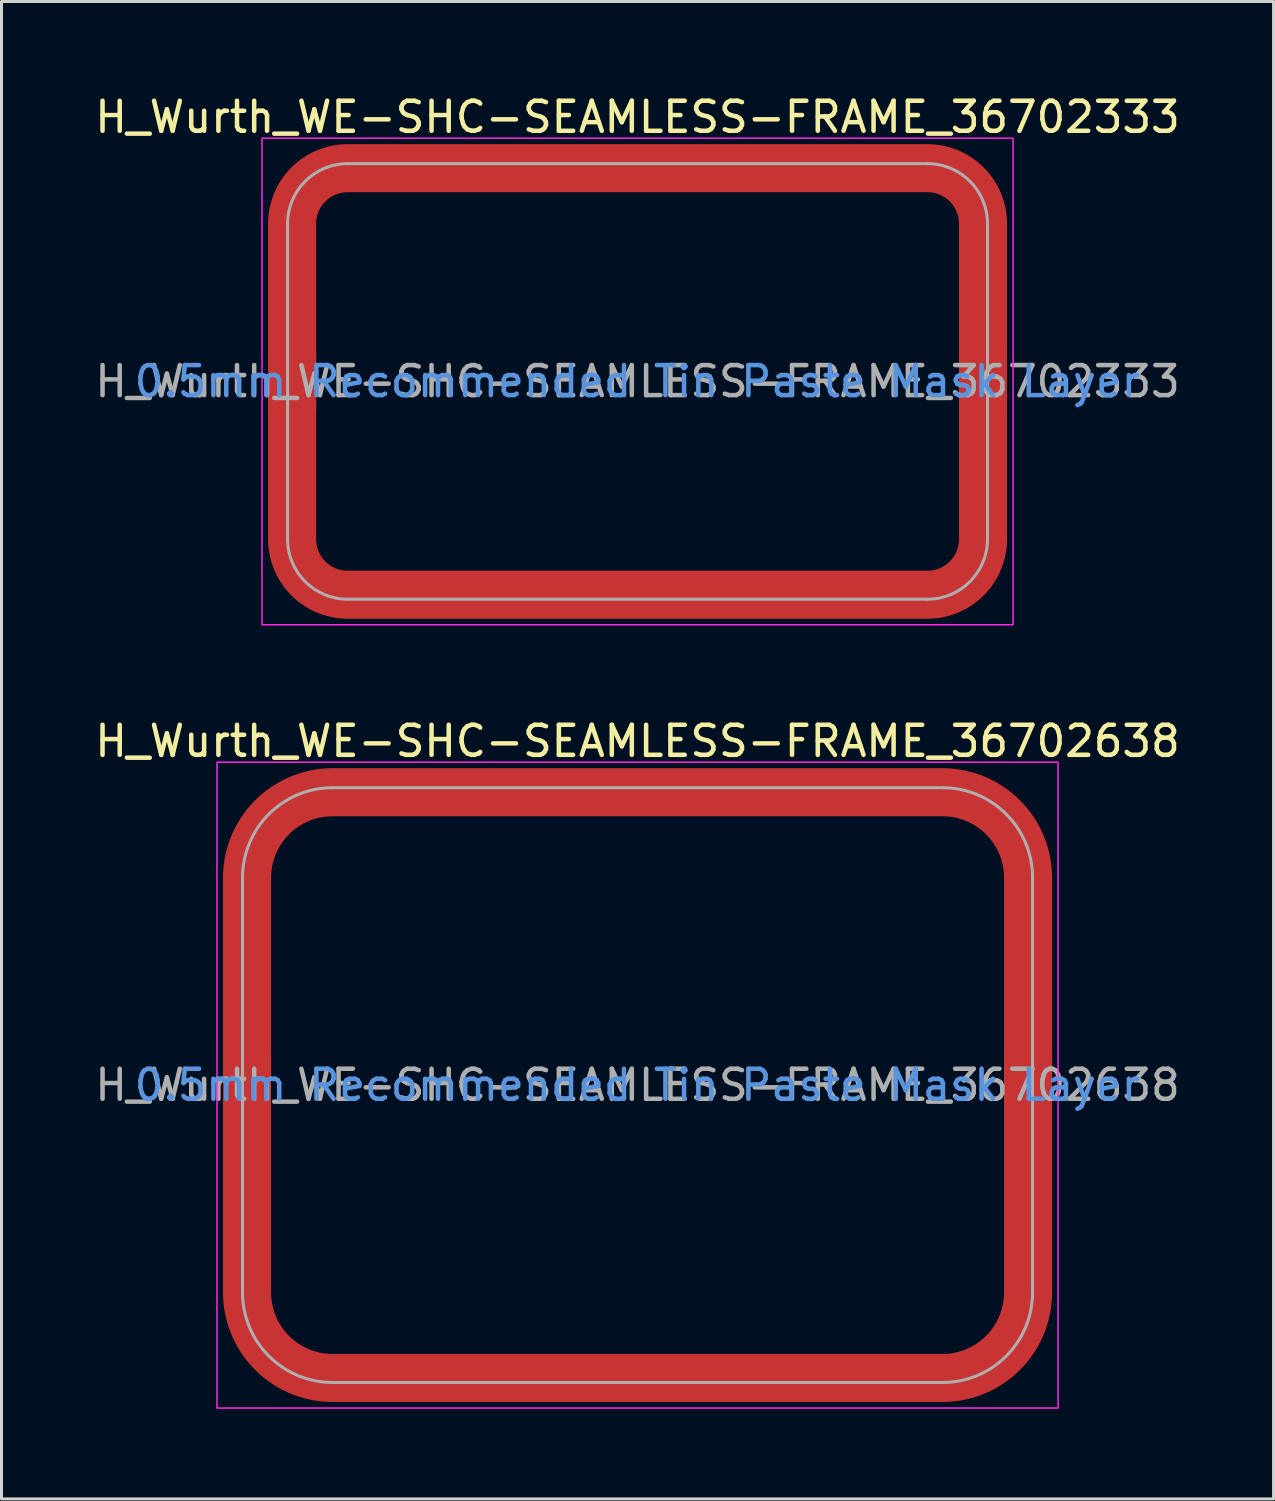
<source format=kicad_pcb>
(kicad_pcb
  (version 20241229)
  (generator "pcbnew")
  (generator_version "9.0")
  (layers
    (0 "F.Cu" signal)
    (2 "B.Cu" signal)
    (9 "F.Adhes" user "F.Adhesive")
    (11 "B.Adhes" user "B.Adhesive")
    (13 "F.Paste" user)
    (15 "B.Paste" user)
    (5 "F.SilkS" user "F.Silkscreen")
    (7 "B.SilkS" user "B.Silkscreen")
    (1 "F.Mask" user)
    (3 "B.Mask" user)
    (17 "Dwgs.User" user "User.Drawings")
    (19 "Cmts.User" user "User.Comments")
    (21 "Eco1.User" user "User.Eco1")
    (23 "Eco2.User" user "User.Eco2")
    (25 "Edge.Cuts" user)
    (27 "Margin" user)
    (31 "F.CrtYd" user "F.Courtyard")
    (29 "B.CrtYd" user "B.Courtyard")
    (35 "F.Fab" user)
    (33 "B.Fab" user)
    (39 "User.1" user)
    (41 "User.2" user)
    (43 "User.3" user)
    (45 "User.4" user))
  (footprint "H_Wurth_WE-SHC-SEAMLESS-FRAME_36702638"
    (layer "F.Cu")
    (at 18.173 33.072)
    (property "Reference" "H_Wurth_WE-SHC-SEAMLESS-FRAME_36702638" (at 0 -11.45 0) (unlocked yes) (layer "F.SilkS") (effects (font (size 1 1) (thickness 0.15))))
    (attr smd)
    (fp_poly (pts (xy -12.25 -0.25) (xy -13.75 -0.25) (xy -13.75 -6.9) (xy -13.745 -7.088) (xy -13.73 -7.276) (xy -13.706 -7.463) (xy -13.671 -7.648) (xy -13.627 -7.832) (xy -13.574 -8.012) (xy -13.511 -8.19) (xy -13.439 -8.364) (xy -13.358 -8.534) (xy -13.268 -8.7) (xy -13.169 -8.861) (xy -13.062 -9.016) (xy -12.948 -9.166) (xy -12.825 -9.309) (xy -12.696 -9.446) (xy -12.559 -9.575) (xy -12.416 -9.698) (xy -12.266 -9.812) (xy -12.111 -9.919) (xy -11.95 -10.018) (xy -11.784 -10.108) (xy -11.614 -10.189) (xy -11.44 -10.261) (xy -11.262 -10.324) (xy -11.082 -10.377) (xy -10.898 -10.421) (xy -10.713 -10.456) (xy -10.526 -10.48) (xy -10.338 -10.495) (xy -10.15 -10.5) (xy 10.15 -10.5) (xy 10.338 -10.495) (xy 10.526 -10.48) (xy 10.713 -10.456) (xy 10.898 -10.421) (xy 11.082 -10.377) (xy 11.262 -10.324) (xy 11.44 -10.261) (xy 11.614 -10.189) (xy 11.784 -10.108) (xy 11.95 -10.018) (xy 12.111 -9.919) (xy 12.266 -9.812) (xy 12.416 -9.698) (xy 12.559 -9.575) (xy 12.696 -9.446) (xy 12.825 -9.309) (xy 12.948 -9.166) (xy 13.062 -9.016) (xy 13.169 -8.861) (xy 13.268 -8.7) (xy 13.358 -8.534) (xy 13.439 -8.364) (xy 13.511 -8.19) (xy 13.574 -8.012) (xy 13.627 -7.832) (xy 13.671 -7.648) (xy 13.706 -7.463) (xy 13.73 -7.276) (xy 13.745 -7.088) (xy 13.75 -6.9) (xy 13.75 -0.25) (xy 12.25 -0.25) (xy 12.25 -6.9) (xy 12.247 -7.01) (xy 12.238 -7.12) (xy 12.224 -7.229) (xy 12.204 -7.337) (xy 12.178 -7.444) (xy 12.147 -7.549) (xy 12.111 -7.653) (xy 12.068 -7.754) (xy 12.021 -7.853) (xy 11.969 -7.95) (xy 11.911 -8.044) (xy 11.849 -8.134) (xy 11.782 -8.222) (xy 11.711 -8.305) (xy 11.635 -8.385) (xy 11.555 -8.461) (xy 11.472 -8.532) (xy 11.384 -8.599) (xy 11.294 -8.661) (xy 11.2 -8.719) (xy 11.103 -8.771) (xy 11.004 -8.818) (xy 10.903 -8.861) (xy 10.799 -8.897) (xy 10.694 -8.928) (xy 10.587 -8.954) (xy 10.479 -8.974) (xy 10.37 -8.988) (xy 10.26 -8.997) (xy 10.15 -9) (xy -10.15 -9) (xy -10.26 -8.997) (xy -10.37 -8.988) (xy -10.479 -8.974) (xy -10.587 -8.954) (xy -10.694 -8.928) (xy -10.799 -8.897) (xy -10.903 -8.861) (xy -11.004 -8.818) (xy -11.103 -8.771) (xy -11.2 -8.719) (xy -11.294 -8.661) (xy -11.384 -8.599) (xy -11.472 -8.532) (xy -11.555 -8.461) (xy -11.635 -8.385) (xy -11.711 -8.305) (xy -11.782 -8.222) (xy -11.849 -8.134) (xy -11.911 -8.044) (xy -11.969 -7.95) (xy -12.021 -7.853) (xy -12.068 -7.754) (xy -12.111 -7.653) (xy -12.147 -7.549) (xy -12.178 -7.444) (xy -12.204 -7.337) (xy -12.224 -7.229) (xy -12.238 -7.12) (xy -12.247 -7.01) (xy -12.25 -6.9) (xy -12.25 -0.25)) (stroke (width 0.1) (type solid)) (fill yes) (layer "F.Cu"))
    (fp_poly (pts (xy -12.25 -0.25) (xy -13.75 -0.25) (xy -13.75 -6.9) (xy -13.745 -7.088) (xy -13.73 -7.276) (xy -13.706 -7.463) (xy -13.671 -7.648) (xy -13.627 -7.832) (xy -13.574 -8.012) (xy -13.511 -8.19) (xy -13.439 -8.364) (xy -13.358 -8.534) (xy -13.268 -8.7) (xy -13.169 -8.861) (xy -13.062 -9.016) (xy -12.948 -9.166) (xy -12.825 -9.309) (xy -12.696 -9.446) (xy -12.559 -9.575) (xy -12.416 -9.698) (xy -12.266 -9.812) (xy -12.111 -9.919) (xy -11.95 -10.018) (xy -11.784 -10.108) (xy -11.614 -10.189) (xy -11.44 -10.261) (xy -11.262 -10.324) (xy -11.082 -10.377) (xy -10.898 -10.421) (xy -10.713 -10.456) (xy -10.526 -10.48) (xy -10.338 -10.495) (xy -10.15 -10.5) (xy 10.15 -10.5) (xy 10.338 -10.495) (xy 10.526 -10.48) (xy 10.713 -10.456) (xy 10.898 -10.421) (xy 11.082 -10.377) (xy 11.262 -10.324) (xy 11.44 -10.261) (xy 11.614 -10.189) (xy 11.784 -10.108) (xy 11.95 -10.018) (xy 12.111 -9.919) (xy 12.266 -9.812) (xy 12.416 -9.698) (xy 12.559 -9.575) (xy 12.696 -9.446) (xy 12.825 -9.309) (xy 12.948 -9.166) (xy 13.062 -9.016) (xy 13.169 -8.861) (xy 13.268 -8.7) (xy 13.358 -8.534) (xy 13.439 -8.364) (xy 13.511 -8.19) (xy 13.574 -8.012) (xy 13.627 -7.832) (xy 13.671 -7.648) (xy 13.706 -7.463) (xy 13.73 -7.276) (xy 13.745 -7.088) (xy 13.75 -6.9) (xy 13.75 -0.25) (xy 12.25 -0.25) (xy 12.25 -6.9) (xy 12.247 -7.01) (xy 12.238 -7.12) (xy 12.224 -7.229) (xy 12.204 -7.337) (xy 12.178 -7.444) (xy 12.147 -7.549) (xy 12.111 -7.653) (xy 12.068 -7.754) (xy 12.021 -7.853) (xy 11.969 -7.95) (xy 11.911 -8.044) (xy 11.849 -8.134) (xy 11.782 -8.222) (xy 11.711 -8.305) (xy 11.635 -8.385) (xy 11.555 -8.461) (xy 11.472 -8.532) (xy 11.384 -8.599) (xy 11.294 -8.661) (xy 11.2 -8.719) (xy 11.103 -8.771) (xy 11.004 -8.818) (xy 10.903 -8.861) (xy 10.799 -8.897) (xy 10.694 -8.928) (xy 10.587 -8.954) (xy 10.479 -8.974) (xy 10.37 -8.988) (xy 10.26 -8.997) (xy 10.15 -9) (xy -10.15 -9) (xy -10.26 -8.997) (xy -10.37 -8.988) (xy -10.479 -8.974) (xy -10.587 -8.954) (xy -10.694 -8.928) (xy -10.799 -8.897) (xy -10.903 -8.861) (xy -11.004 -8.818) (xy -11.103 -8.771) (xy -11.2 -8.719) (xy -11.294 -8.661) (xy -11.384 -8.599) (xy -11.472 -8.532) (xy -11.555 -8.461) (xy -11.635 -8.385) (xy -11.711 -8.305) (xy -11.782 -8.222) (xy -11.849 -8.134) (xy -11.911 -8.044) (xy -11.969 -7.95) (xy -12.021 -7.853) (xy -12.068 -7.754) (xy -12.111 -7.653) (xy -12.147 -7.549) (xy -12.178 -7.444) (xy -12.204 -7.337) (xy -12.224 -7.229) (xy -12.238 -7.12) (xy -12.247 -7.01) (xy -12.25 -6.9) (xy -12.25 -0.25)) (stroke (width 0.1) (type solid)) (fill yes) (layer "F.Mask"))
    (fp_poly (pts (xy -12.25 -0.25) (xy -13.75 -0.25) (xy -13.75 -6.9) (xy -13.745 -7.088) (xy -13.73 -7.276) (xy -13.706 -7.463) (xy -13.671 -7.648) (xy -13.627 -7.832) (xy -13.574 -8.012) (xy -13.511 -8.19) (xy -13.439 -8.364) (xy -13.358 -8.534) (xy -13.268 -8.7) (xy -13.169 -8.861) (xy -13.062 -9.016) (xy -12.948 -9.166) (xy -12.825 -9.309) (xy -12.696 -9.446) (xy -12.559 -9.575) (xy -12.416 -9.698) (xy -12.266 -9.812) (xy -12.111 -9.919) (xy -11.95 -10.018) (xy -11.784 -10.108) (xy -11.614 -10.189) (xy -11.44 -10.261) (xy -11.262 -10.324) (xy -11.082 -10.377) (xy -10.898 -10.421) (xy -10.713 -10.456) (xy -10.526 -10.48) (xy -10.338 -10.495) (xy -10.15 -10.5) (xy 10.15 -10.5) (xy 10.338 -10.495) (xy 10.526 -10.48) (xy 10.713 -10.456) (xy 10.898 -10.421) (xy 11.082 -10.377) (xy 11.262 -10.324) (xy 11.44 -10.261) (xy 11.614 -10.189) (xy 11.784 -10.108) (xy 11.95 -10.018) (xy 12.111 -9.919) (xy 12.266 -9.812) (xy 12.416 -9.698) (xy 12.559 -9.575) (xy 12.696 -9.446) (xy 12.825 -9.309) (xy 12.948 -9.166) (xy 13.062 -9.016) (xy 13.169 -8.861) (xy 13.268 -8.7) (xy 13.358 -8.534) (xy 13.439 -8.364) (xy 13.511 -8.19) (xy 13.574 -8.012) (xy 13.627 -7.832) (xy 13.671 -7.648) (xy 13.706 -7.463) (xy 13.73 -7.276) (xy 13.745 -7.088) (xy 13.75 -6.9) (xy 13.75 -0.25) (xy 12.25 -0.25) (xy 12.25 -6.9) (xy 12.247 -7.01) (xy 12.238 -7.12) (xy 12.224 -7.229) (xy 12.204 -7.337) (xy 12.178 -7.444) (xy 12.147 -7.549) (xy 12.111 -7.653) (xy 12.068 -7.754) (xy 12.021 -7.853) (xy 11.969 -7.95) (xy 11.911 -8.044) (xy 11.849 -8.134) (xy 11.782 -8.222) (xy 11.711 -8.305) (xy 11.635 -8.385) (xy 11.555 -8.461) (xy 11.472 -8.532) (xy 11.384 -8.599) (xy 11.294 -8.661) (xy 11.2 -8.719) (xy 11.103 -8.771) (xy 11.004 -8.818) (xy 10.903 -8.861) (xy 10.799 -8.897) (xy 10.694 -8.928) (xy 10.587 -8.954) (xy 10.479 -8.974) (xy 10.37 -8.988) (xy 10.26 -8.997) (xy 10.15 -9) (xy -10.15 -9) (xy -10.26 -8.997) (xy -10.37 -8.988) (xy -10.479 -8.974) (xy -10.587 -8.954) (xy -10.694 -8.928) (xy -10.799 -8.897) (xy -10.903 -8.861) (xy -11.004 -8.818) (xy -11.103 -8.771) (xy -11.2 -8.719) (xy -11.294 -8.661) (xy -11.384 -8.599) (xy -11.472 -8.532) (xy -11.555 -8.461) (xy -11.635 -8.385) (xy -11.711 -8.305) (xy -11.782 -8.222) (xy -11.849 -8.134) (xy -11.911 -8.044) (xy -11.969 -7.95) (xy -12.021 -7.853) (xy -12.068 -7.754) (xy -12.111 -7.653) (xy -12.147 -7.549) (xy -12.178 -7.444) (xy -12.204 -7.337) (xy -12.224 -7.229) (xy -12.238 -7.12) (xy -12.247 -7.01) (xy -12.25 -6.9) (xy -12.25 -0.25)) (stroke (width 0.1) (type solid)) (fill yes) (layer "F.Paste"))
    (fp_rect (start -14 -10.75) (end 14 10.75) (stroke (width 0.05) (type solid)) (fill no) (layer "F.CrtYd"))
    (fp_line (start -13.15 6.9) (end -13.15 -6.9) (stroke (width 0.1) (type solid)) (layer "F.Fab"))
    (fp_line (start -10.15 -9.9) (end 10.15 -9.9) (stroke (width 0.1) (type solid)) (layer "F.Fab"))
    (fp_line (start -10.15 9.9) (end 10.15 9.9) (stroke (width 0.1) (type solid)) (layer "F.Fab"))
    (fp_line (start 13.15 6.9) (end 13.15 -6.9) (stroke (width 0.1) (type solid)) (layer "F.Fab"))
    (fp_arc (start -13.15 -6.9) (mid -12.271321 -9.021321) (end -10.15 -9.9) (stroke (width 0.1) (type solid)) (layer "F.Fab"))
    (fp_arc (start -10.15 9.9) (mid -12.271321 9.021321) (end -13.15 6.9) (stroke (width 0.1) (type solid)) (layer "F.Fab"))
    (fp_arc (start 10.15 -9.9) (mid 12.271321 -9.021321) (end 13.15 -6.9) (stroke (width 0.1) (type solid)) (layer "F.Fab"))
    (fp_arc (start 13.15 6.9) (mid 12.271321 9.021321) (end 10.15 9.9) (stroke (width 0.1) (type solid)) (layer "F.Fab"))
    (fp_text user "0.5mm Recommended Tin Paste Mask Layer" (at 0 0 0) (unlocked yes) (layer "Cmts.User") (effects (font (size 1 1) (thickness 0.15))))
    (fp_text user "${REFERENCE}" (at 0 0 0) (unlocked yes) (layer "F.Fab") (effects (font (size 1 1) (thickness 0.15))))
    (pad "1" smd custom (at -13 0) (size 1.5 0.1) (layers "F.Cu" "F.Mask" "F.Paste") (options (anchor rect)) (primitives (gr_poly (pts (xy 25.25 -1) (xy 26.75 -1) (xy 26.75 6.9) (xy 26.745 7.088) (xy 26.73 7.276) (xy 26.706 7.463) (xy 26.671 7.648) (xy 26.627 7.832) (xy 26.574 8.012) (xy 26.511 8.19) (xy 26.439 8.364) (xy 26.358 8.534) (xy 26.268 8.7) (xy 26.169 8.861) (xy 26.062 9.016) (xy 25.948 9.166) (xy 25.825 9.309) (xy 25.696 9.446) (xy 25.559 9.575) (xy 25.416 9.698) (xy 25.266 9.812) (xy 25.111 9.919) (xy 24.95 10.018) (xy 24.784 10.108) (xy 24.614 10.189) (xy 24.44 10.261) (xy 24.262 10.324) (xy 24.082 10.377) (xy 23.898 10.421) (xy 23.713 10.456) (xy 23.526 10.48) (xy 23.338 10.495) (xy 23.15 10.5) (xy 2.85 10.5) (xy 2.662 10.495) (xy 2.474 10.48) (xy 2.287 10.456) (xy 2.102 10.421) (xy 1.918 10.377) (xy 1.738 10.324) (xy 1.56 10.261) (xy 1.386 10.189) (xy 1.216 10.108) (xy 1.05 10.018) (xy 0.889 9.919) (xy 0.734 9.812) (xy 0.584 9.698) (xy 0.441 9.575) (xy 0.304 9.446) (xy 0.175 9.309) (xy 0.052 9.166) (xy -0.062 9.016) (xy -0.169 8.861) (xy -0.268 8.7) (xy -0.358 8.534) (xy -0.439 8.364) (xy -0.511 8.19) (xy -0.574 8.012) (xy -0.627 7.832) (xy -0.671 7.648) (xy -0.706 7.463) (xy -0.73 7.276) (xy -0.745 7.088) (xy -0.75 6.9) (xy -0.75 -1) (xy 0.75 -1) (xy 0.75 6.9) (xy 0.753 7.01) (xy 0.762 7.12) (xy 0.776 7.229) (xy 0.796 7.337) (xy 0.822 7.444) (xy 0.853 7.549) (xy 0.889 7.653) (xy 0.932 7.754) (xy 0.979 7.853) (xy 1.031 7.95) (xy 1.089 8.044) (xy 1.151 8.134) (xy 1.218 8.222) (xy 1.289 8.305) (xy 1.365 8.385) (xy 1.445 8.461) (xy 1.528 8.532) (xy 1.616 8.599) (xy 1.706 8.661) (xy 1.8 8.719) (xy 1.897 8.771) (xy 1.996 8.818) (xy 2.097 8.861) (xy 2.201 8.897) (xy 2.306 8.928) (xy 2.413 8.954) (xy 2.521 8.974) (xy 2.63 8.988) (xy 2.74 8.997) (xy 2.85 9) (xy 23.15 9) (xy 23.26 8.997) (xy 23.37 8.988) (xy 23.479 8.974) (xy 23.587 8.954) (xy 23.694 8.928) (xy 23.799 8.897) (xy 23.903 8.861) (xy 24.004 8.818) (xy 24.103 8.771) (xy 24.2 8.719) (xy 24.294 8.661) (xy 24.384 8.599) (xy 24.472 8.532) (xy 24.555 8.461) (xy 24.635 8.385) (xy 24.711 8.305) (xy 24.782 8.222) (xy 24.849 8.134) (xy 24.911 8.044) (xy 24.969 7.95) (xy 25.021 7.853) (xy 25.068 7.754) (xy 25.111 7.653) (xy 25.147 7.549) (xy 25.178 7.444) (xy 25.204 7.337) (xy 25.224 7.229) (xy 25.238 7.12) (xy 25.247 7.01) (xy 25.25 6.9) (xy 25.25 -1)) (width 0.1) (fill yes)))))
  (footprint "H_Wurth_WE-SHC-SEAMLESS-FRAME_36702333"
    (layer "F.Cu")
    (at 18.173 9.648)
    (property "Reference" "H_Wurth_WE-SHC-SEAMLESS-FRAME_36702333" (at 0 -8.8 0) (unlocked yes) (layer "F.SilkS") (effects (font (size 1 1) (thickness 0.15))))
    (attr smd)
    (fp_rect (start -12.5 -8.1) (end 12.5 8.1) (stroke (width 0.05) (type solid)) (fill no) (layer "F.CrtYd"))
    (fp_line (start -11.65 5.25) (end -11.65 -5.25) (stroke (width 0.1) (type solid)) (layer "F.Fab"))
    (fp_line (start -9.65 -7.25) (end 9.65 -7.25) (stroke (width 0.1) (type solid)) (layer "F.Fab"))
    (fp_line (start -9.65 7.25) (end 9.65 7.25) (stroke (width 0.1) (type solid)) (layer "F.Fab"))
    (fp_line (start 11.65 5.25) (end 11.65 -5.25) (stroke (width 0.1) (type solid)) (layer "F.Fab"))
    (fp_arc (start -11.65 -5.25) (mid -11.064214 -6.664214) (end -9.65 -7.25) (stroke (width 0.1) (type solid)) (layer "F.Fab"))
    (fp_arc (start -9.65 7.25) (mid -11.064214 6.664214) (end -11.65 5.25) (stroke (width 0.1) (type solid)) (layer "F.Fab"))
    (fp_arc (start 9.65 -7.25) (mid 11.064214 -6.664214) (end 11.65 -5.25) (stroke (width 0.1) (type solid)) (layer "F.Fab"))
    (fp_arc (start 11.65 5.25) (mid 11.064214 6.664214) (end 9.65 7.25) (stroke (width 0.1) (type solid)) (layer "F.Fab"))
    (fp_text user "0.5mm Recommended Tin Paste Mask Layer" (at 0 0 0) (unlocked yes) (layer "Cmts.User") (effects (font (size 1 1) (thickness 0.15))))
    (fp_text user "${REFERENCE}" (at 0 0 0) (unlocked yes) (layer "F.Fab") (effects (font (size 1 1) (thickness 0.15))))
    (pad "1" smd custom (at 0 -7.1) (size 19.3 1.5) (layers "F.Cu" "F.Mask" "F.Paste") (options (anchor rect)) (primitives (gr_poly (pts (xy -10.75 8.1) (xy -12.25 8.1) (xy -12.25 1.85) (xy -12.246 1.714) (xy -12.236 1.578) (xy -12.218 1.443) (xy -12.193 1.309) (xy -12.161 1.177) (xy -12.123 1.047) (xy -12.077 0.918) (xy -12.025 0.792) (xy -11.967 0.67) (xy -11.902 0.55) (xy -11.831 0.434) (xy -11.753 0.322) (xy -11.671 0.214) (xy -11.582 0.11) (xy -11.488 0.012) (xy -11.39 -0.082) (xy -11.286 -0.171) (xy -11.178 -0.253) (xy -11.066 -0.331) (xy -10.95 -0.402) (xy -10.83 -0.467) (xy -10.708 -0.525) (xy -10.582 -0.577) (xy -10.453 -0.623) (xy -10.323 -0.661) (xy -10.191 -0.693) (xy -10.057 -0.718) (xy -9.922 -0.736) (xy -9.786 -0.746) (xy -9.65 -0.75) (xy 9.65 -0.75) (xy 9.786 -0.746) (xy 9.922 -0.736) (xy 10.057 -0.718) (xy 10.191 -0.693) (xy 10.323 -0.661) (xy 10.453 -0.623) (xy 10.582 -0.577) (xy 10.708 -0.525) (xy 10.83 -0.467) (xy 10.95 -0.402) (xy 11.066 -0.331) (xy 11.178 -0.253) (xy 11.286 -0.171) (xy 11.39 -0.082) (xy 11.488 0.012) (xy 11.582 0.11) (xy 11.671 0.214) (xy 11.753 0.322) (xy 11.831 0.434) (xy 11.902 0.55) (xy 11.967 0.67) (xy 12.025 0.792) (xy 12.077 0.918) (xy 12.123 1.047) (xy 12.161 1.177) (xy 12.193 1.309) (xy 12.218 1.443) (xy 12.236 1.578) (xy 12.246 1.714) (xy 12.25 1.85) (xy 12.25 8.1) (xy 10.75 8.1) (xy 10.75 1.85) (xy 10.748 1.792) (xy 10.744 1.735) (xy 10.736 1.678) (xy 10.726 1.621) (xy 10.713 1.565) (xy 10.696 1.51) (xy 10.677 1.456) (xy 10.655 1.403) (xy 10.63 1.351) (xy 10.603 1.3) (xy 10.573 1.251) (xy 10.54 1.203) (xy 10.505 1.158) (xy 10.467 1.114) (xy 10.428 1.072) (xy 10.386 1.033) (xy 10.342 0.995) (xy 10.297 0.96) (xy 10.249 0.927) (xy 10.2 0.897) (xy 10.149 0.87) (xy 10.097 0.845) (xy 10.044 0.823) (xy 9.99 0.804) (xy 9.935 0.787) (xy 9.879 0.774) (xy 9.822 0.764) (xy 9.765 0.756) (xy 9.708 0.752) (xy 9.65 0.75) (xy -9.65 0.75) (xy -9.708 0.752) (xy -9.765 0.756) (xy -9.822 0.764) (xy -9.879 0.774) (xy -9.935 0.787) (xy -9.99 0.804) (xy -10.044 0.823) (xy -10.097 0.845) (xy -10.149 0.87) (xy -10.2 0.897) (xy -10.249 0.927) (xy -10.297 0.96) (xy -10.342 0.995) (xy -10.386 1.033) (xy -10.428 1.072) (xy -10.467 1.114) (xy -10.505 1.158) (xy -10.54 1.203) (xy -10.573 1.251) (xy -10.603 1.3) (xy -10.63 1.351) (xy -10.655 1.403) (xy -10.677 1.456) (xy -10.696 1.51) (xy -10.713 1.565) (xy -10.726 1.621) (xy -10.736 1.678) (xy -10.744 1.735) (xy -10.748 1.792) (xy -10.75 1.85) (xy -10.75 8.1)) (width 0.1) (fill yes))))
    (pad "1" smd custom (at 0 7.1) (size 19.3 1.5) (layers "F.Cu" "F.Mask" "F.Paste") (options (anchor rect)) (primitives (gr_poly (pts (xy 10.75 -8.1) (xy 12.25 -8.1) (xy 12.25 -1.85) (xy 12.246 -1.714) (xy 12.236 -1.578) (xy 12.218 -1.443) (xy 12.193 -1.309) (xy 12.161 -1.177) (xy 12.123 -1.047) (xy 12.077 -0.918) (xy 12.025 -0.792) (xy 11.967 -0.67) (xy 11.902 -0.55) (xy 11.831 -0.434) (xy 11.753 -0.322) (xy 11.671 -0.214) (xy 11.582 -0.11) (xy 11.488 -0.012) (xy 11.39 0.082) (xy 11.286 0.171) (xy 11.178 0.253) (xy 11.066 0.331) (xy 10.95 0.402) (xy 10.83 0.467) (xy 10.708 0.525) (xy 10.582 0.577) (xy 10.453 0.623) (xy 10.323 0.661) (xy 10.191 0.693) (xy 10.057 0.718) (xy 9.922 0.736) (xy 9.786 0.746) (xy 9.65 0.75) (xy -9.65 0.75) (xy -9.786 0.746) (xy -9.922 0.736) (xy -10.057 0.718) (xy -10.191 0.693) (xy -10.323 0.661) (xy -10.453 0.623) (xy -10.582 0.577) (xy -10.708 0.525) (xy -10.83 0.467) (xy -10.95 0.402) (xy -11.066 0.331) (xy -11.178 0.253) (xy -11.286 0.171) (xy -11.39 0.082) (xy -11.488 -0.012) (xy -11.582 -0.11) (xy -11.671 -0.214) (xy -11.753 -0.322) (xy -11.831 -0.434) (xy -11.902 -0.55) (xy -11.967 -0.67) (xy -12.025 -0.792) (xy -12.077 -0.918) (xy -12.123 -1.047) (xy -12.161 -1.177) (xy -12.193 -1.309) (xy -12.218 -1.443) (xy -12.236 -1.578) (xy -12.246 -1.714) (xy -12.25 -1.85) (xy -12.25 -8.1) (xy -10.75 -8.1) (xy -10.75 -1.85) (xy -10.748 -1.792) (xy -10.744 -1.735) (xy -10.736 -1.678) (xy -10.726 -1.621) (xy -10.713 -1.565) (xy -10.696 -1.51) (xy -10.677 -1.456) (xy -10.655 -1.403) (xy -10.63 -1.351) (xy -10.603 -1.3) (xy -10.573 -1.251) (xy -10.54 -1.203) (xy -10.505 -1.158) (xy -10.467 -1.114) (xy -10.428 -1.072) (xy -10.386 -1.033) (xy -10.342 -0.995) (xy -10.297 -0.96) (xy -10.249 -0.927) (xy -10.2 -0.897) (xy -10.149 -0.87) (xy -10.097 -0.845) (xy -10.044 -0.823) (xy -9.99 -0.804) (xy -9.935 -0.787) (xy -9.879 -0.774) (xy -9.822 -0.764) (xy -9.765 -0.756) (xy -9.708 -0.752) (xy -9.65 -0.75) (xy 9.65 -0.75) (xy 9.708 -0.752) (xy 9.765 -0.756) (xy 9.822 -0.764) (xy 9.879 -0.774) (xy 9.935 -0.787) (xy 9.99 -0.804) (xy 10.044 -0.823) (xy 10.097 -0.845) (xy 10.149 -0.87) (xy 10.2 -0.897) (xy 10.249 -0.927) (xy 10.297 -0.96) (xy 10.342 -0.995) (xy 10.386 -1.033) (xy 10.428 -1.072) (xy 10.467 -1.114) (xy 10.505 -1.158) (xy 10.54 -1.203) (xy 10.573 -1.251) (xy 10.603 -1.3) (xy 10.63 -1.351) (xy 10.655 -1.403) (xy 10.677 -1.456) (xy 10.696 -1.51) (xy 10.713 -1.565) (xy 10.726 -1.621) (xy 10.736 -1.678) (xy 10.744 -1.735) (xy 10.748 -1.792) (xy 10.75 -1.85) (xy 10.75 -8.1)) (width 0.1) (fill yes)))))
  (gr_rect
    (start -3 -3)
    (end 39.345 46.846)
    (stroke (width 0.1) (type default))
    (fill no)
    (layer "Edge.Cuts")))
</source>
